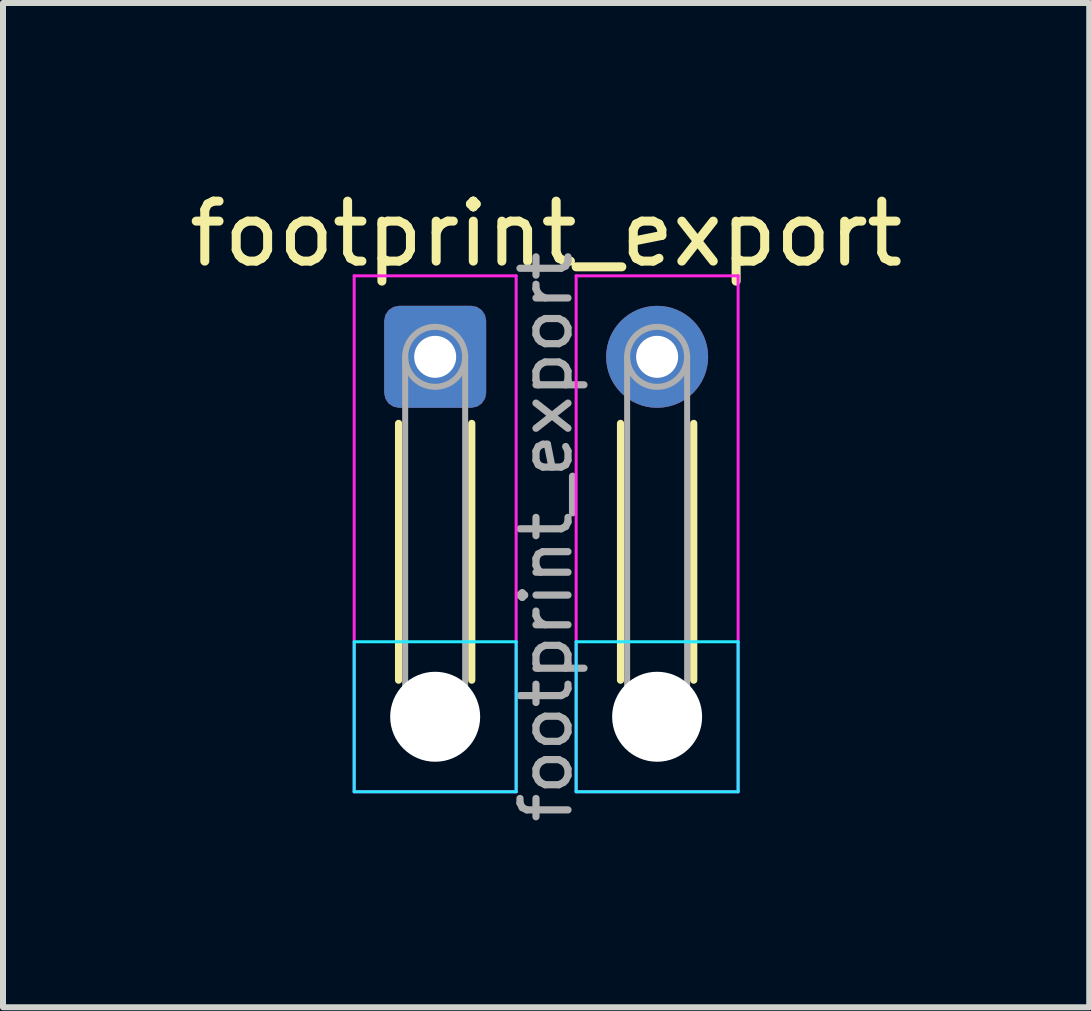
<source format=kicad_pcb>
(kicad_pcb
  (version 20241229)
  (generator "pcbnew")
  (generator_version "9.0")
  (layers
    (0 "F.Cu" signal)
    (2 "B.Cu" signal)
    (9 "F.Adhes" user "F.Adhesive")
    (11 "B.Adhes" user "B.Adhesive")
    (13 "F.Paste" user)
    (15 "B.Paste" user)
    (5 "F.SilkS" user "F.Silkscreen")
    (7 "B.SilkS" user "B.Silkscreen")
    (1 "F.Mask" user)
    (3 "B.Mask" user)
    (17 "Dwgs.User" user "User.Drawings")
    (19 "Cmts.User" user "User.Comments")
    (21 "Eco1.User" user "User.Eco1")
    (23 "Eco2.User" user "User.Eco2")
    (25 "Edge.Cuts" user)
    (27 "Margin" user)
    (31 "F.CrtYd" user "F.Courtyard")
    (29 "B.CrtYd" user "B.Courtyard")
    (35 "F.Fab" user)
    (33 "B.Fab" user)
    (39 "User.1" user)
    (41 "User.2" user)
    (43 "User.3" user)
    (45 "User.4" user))
  (footprint "footprint_export"
    (layer "F.Cu")
    (at 4.204 2.898)
    (property "Reference" "footprint_export" (at 1.85 -2.05 0) (layer "F.SilkS") (effects (font (size 1 1) (thickness 0.15))))
    (attr exclude_from_pos_files exclude_from_bom)
    (fp_line (start -0.61 1.11) (end -0.61 5.39) (stroke (width 0.12) (type solid)) (layer "F.SilkS"))
    (fp_line (start 0.61 1.11) (end 0.61 5.39) (stroke (width 0.12) (type solid)) (layer "F.SilkS"))
    (fp_line (start 3.09 1.11) (end 3.09 5.39) (stroke (width 0.12) (type solid)) (layer "F.SilkS"))
    (fp_line (start 4.31 1.11) (end 4.31 5.39) (stroke (width 0.12) (type solid)) (layer "F.SilkS"))
    (fp_line (start -1.35 4.75) (end -1.35 7.25) (stroke (width 0.05) (type solid)) (layer "B.CrtYd"))
    (fp_line (start -1.35 7.25) (end 1.35 7.25) (stroke (width 0.05) (type solid)) (layer "B.CrtYd"))
    (fp_line (start 1.35 4.75) (end -1.35 4.75) (stroke (width 0.05) (type solid)) (layer "B.CrtYd"))
    (fp_line (start 1.35 7.25) (end 1.35 4.75) (stroke (width 0.05) (type solid)) (layer "B.CrtYd"))
    (fp_line (start 2.35 4.75) (end 2.35 7.25) (stroke (width 0.05) (type solid)) (layer "B.CrtYd"))
    (fp_line (start 2.35 7.25) (end 5.05 7.25) (stroke (width 0.05) (type solid)) (layer "B.CrtYd"))
    (fp_line (start 5.05 4.75) (end 2.35 4.75) (stroke (width 0.05) (type solid)) (layer "B.CrtYd"))
    (fp_line (start 5.05 7.25) (end 5.05 4.75) (stroke (width 0.05) (type solid)) (layer "B.CrtYd"))
    (fp_line (start -1.35 -1.35) (end -1.35 7.25) (stroke (width 0.05) (type solid)) (layer "F.CrtYd"))
    (fp_line (start -1.35 7.25) (end 1.35 7.25) (stroke (width 0.05) (type solid)) (layer "F.CrtYd"))
    (fp_line (start 1.35 -1.35) (end -1.35 -1.35) (stroke (width 0.05) (type solid)) (layer "F.CrtYd"))
    (fp_line (start 1.35 7.25) (end 1.35 -1.35) (stroke (width 0.05) (type solid)) (layer "F.CrtYd"))
    (fp_line (start 2.35 -1.35) (end 2.35 7.25) (stroke (width 0.05) (type solid)) (layer "F.CrtYd"))
    (fp_line (start 2.35 7.25) (end 5.05 7.25) (stroke (width 0.05) (type solid)) (layer "F.CrtYd"))
    (fp_line (start 5.05 -1.35) (end 2.35 -1.35) (stroke (width 0.05) (type solid)) (layer "F.CrtYd"))
    (fp_line (start 5.05 7.25) (end 5.05 -1.35) (stroke (width 0.05) (type solid)) (layer "F.CrtYd"))
    (fp_line (start -0.5 0) (end -0.5 6) (stroke (width 0.1) (type solid)) (layer "F.Fab"))
    (fp_line (start 0.5 0) (end 0.5 6) (stroke (width 0.1) (type solid)) (layer "F.Fab"))
    (fp_line (start 3.2 0) (end 3.2 6) (stroke (width 0.1) (type solid)) (layer "F.Fab"))
    (fp_line (start 4.2 0) (end 4.2 6) (stroke (width 0.1) (type solid)) (layer "F.Fab"))
    (fp_circle (center 0 0) (end 0.5 0) (stroke (width 0.1) (type solid)) (fill no) (layer "F.Fab"))
    (fp_circle (center 0 6) (end 0.5 6) (stroke (width 0.1) (type solid)) (fill no) (layer "F.Fab"))
    (fp_circle (center 3.7 0) (end 4.2 0) (stroke (width 0.1) (type solid)) (fill no) (layer "F.Fab"))
    (fp_circle (center 3.7 6) (end 4.2 6) (stroke (width 0.1) (type solid)) (fill no) (layer "F.Fab"))
    (fp_text user "${REFERENCE}" (at 1.85 3 90) (layer "F.Fab") (effects (font (size 0.8 0.8) (thickness 0.12))))
    (pad "" np_thru_hole circle (at 0 6) (size 1.5 1.5) (drill 1.5) (layers "*.Cu" "*.Mask"))
    (pad "" np_thru_hole circle (at 3.7 6) (size 1.5 1.5) (drill 1.5) (layers "*.Cu" "*.Mask"))
    (pad "1" thru_hole roundrect (at 0 0) (size 1.7 1.7) (drill 0.7) (layers "*.Cu" "*.Mask") (roundrect_rratio 0.147))
    (pad "2" thru_hole circle (at 3.7 0) (size 1.7 1.7) (drill 0.7) (layers "*.Cu" "*.Mask")))
  (gr_rect
    (start -3 -3)
    (end 15.107 13.741)
    (stroke (width 0.1) (type default))
    (fill no)
    (layer "Edge.Cuts")))
</source>
